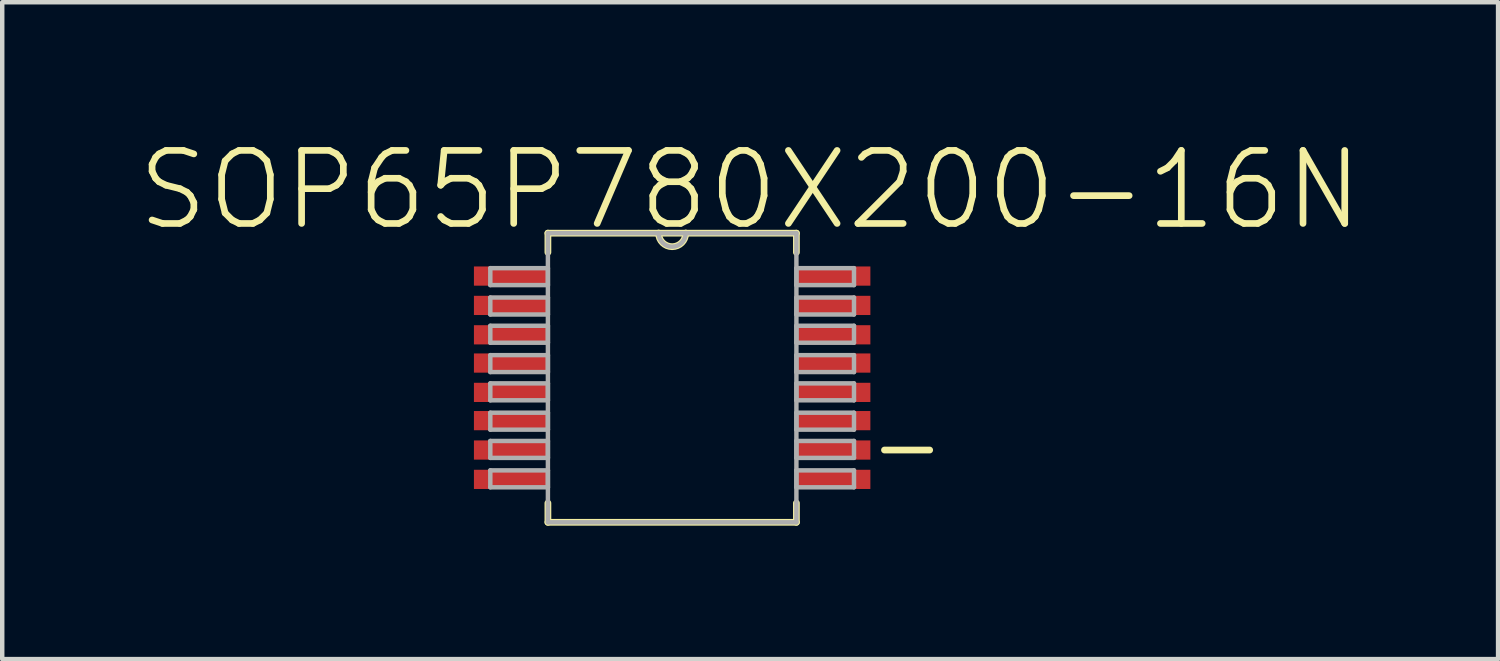
<source format=kicad_pcb>
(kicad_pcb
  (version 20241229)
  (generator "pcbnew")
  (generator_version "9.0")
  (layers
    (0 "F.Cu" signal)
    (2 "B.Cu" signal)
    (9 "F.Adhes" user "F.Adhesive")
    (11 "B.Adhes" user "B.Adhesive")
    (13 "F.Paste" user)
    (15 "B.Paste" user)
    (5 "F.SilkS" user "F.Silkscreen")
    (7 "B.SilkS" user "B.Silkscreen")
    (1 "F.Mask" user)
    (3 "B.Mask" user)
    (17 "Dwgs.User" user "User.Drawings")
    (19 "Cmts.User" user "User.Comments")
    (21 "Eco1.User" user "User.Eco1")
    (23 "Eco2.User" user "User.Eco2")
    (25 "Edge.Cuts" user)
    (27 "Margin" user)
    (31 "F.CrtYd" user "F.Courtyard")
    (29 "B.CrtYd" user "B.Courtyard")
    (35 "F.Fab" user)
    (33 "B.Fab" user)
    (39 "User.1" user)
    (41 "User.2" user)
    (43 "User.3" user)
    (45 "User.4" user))
  (footprint "SOP65P780X200-16N"
    (layer "F.Cu")
    (at 12.065 5.444)
    (property "Reference" "SOP65P780X200-16N" (at 1.754 -4.221 0) (layer "F.SilkS") (effects (font (size 1.642 1.642) (thickness 0.15))))
    (attr smd)
    (fp_line (start -2.794 -3.251) (end -2.794 -2.819) (stroke (width 0.152) (type solid)) (layer "F.SilkS"))
    (fp_line (start -2.794 2.819) (end -2.794 3.251) (stroke (width 0.152) (type solid)) (layer "F.SilkS"))
    (fp_line (start -2.794 3.251) (end 2.794 3.251) (stroke (width 0.152) (type solid)) (layer "F.SilkS"))
    (fp_line (start -0.305 -3.251) (end -2.794 -3.251) (stroke (width 0.152) (type solid)) (layer "F.SilkS"))
    (fp_line (start 0.305 -3.251) (end -0.305 -3.251) (stroke (width 0.152) (type solid)) (layer "F.SilkS"))
    (fp_line (start 2.794 -3.251) (end 0.305 -3.251) (stroke (width 0.152) (type solid)) (layer "F.SilkS"))
    (fp_line (start 2.794 -2.819) (end 2.794 -3.251) (stroke (width 0.152) (type solid)) (layer "F.SilkS"))
    (fp_line (start 2.794 3.251) (end 2.794 2.819) (stroke (width 0.152) (type solid)) (layer "F.SilkS"))
    (fp_line (start 4.775 1.626) (end 5.791 1.626) (stroke (width 0.152) (type solid)) (layer "F.SilkS"))
    (fp_arc (start 0.3048 -3.2512) (mid 0 -2.9464) (end -0.3048 -3.2512) (stroke (width 0.1524) (type solid)) (layer "F.SilkS"))
    (fp_line (start -4.089 -2.464) (end -4.089 -2.083) (stroke (width 0.1) (type solid)) (layer "F.Fab"))
    (fp_line (start -4.089 -2.083) (end -2.794 -2.083) (stroke (width 0.1) (type solid)) (layer "F.Fab"))
    (fp_line (start -4.089 -1.803) (end -4.089 -1.422) (stroke (width 0.1) (type solid)) (layer "F.Fab"))
    (fp_line (start -4.089 -1.422) (end -2.794 -1.422) (stroke (width 0.1) (type solid)) (layer "F.Fab"))
    (fp_line (start -4.089 -1.168) (end -4.089 -0.787) (stroke (width 0.1) (type solid)) (layer "F.Fab"))
    (fp_line (start -4.089 -0.787) (end -2.794 -0.787) (stroke (width 0.1) (type solid)) (layer "F.Fab"))
    (fp_line (start -4.089 -0.508) (end -4.089 -0.127) (stroke (width 0.1) (type solid)) (layer "F.Fab"))
    (fp_line (start -4.089 -0.127) (end -2.794 -0.127) (stroke (width 0.1) (type solid)) (layer "F.Fab"))
    (fp_line (start -4.089 0.127) (end -4.089 0.508) (stroke (width 0.1) (type solid)) (layer "F.Fab"))
    (fp_line (start -4.089 0.508) (end -2.794 0.508) (stroke (width 0.1) (type solid)) (layer "F.Fab"))
    (fp_line (start -4.089 0.787) (end -4.089 1.168) (stroke (width 0.1) (type solid)) (layer "F.Fab"))
    (fp_line (start -4.089 1.168) (end -2.794 1.168) (stroke (width 0.1) (type solid)) (layer "F.Fab"))
    (fp_line (start -4.089 1.422) (end -4.089 1.803) (stroke (width 0.1) (type solid)) (layer "F.Fab"))
    (fp_line (start -4.089 1.803) (end -2.794 1.803) (stroke (width 0.1) (type solid)) (layer "F.Fab"))
    (fp_line (start -4.089 2.083) (end -4.089 2.464) (stroke (width 0.1) (type solid)) (layer "F.Fab"))
    (fp_line (start -4.089 2.464) (end -2.794 2.464) (stroke (width 0.1) (type solid)) (layer "F.Fab"))
    (fp_line (start -2.794 -3.251) (end -2.794 3.251) (stroke (width 0.1) (type solid)) (layer "F.Fab"))
    (fp_line (start -2.794 -2.464) (end -4.089 -2.464) (stroke (width 0.1) (type solid)) (layer "F.Fab"))
    (fp_line (start -2.794 -2.083) (end -2.794 -2.464) (stroke (width 0.1) (type solid)) (layer "F.Fab"))
    (fp_line (start -2.794 -1.803) (end -4.089 -1.803) (stroke (width 0.1) (type solid)) (layer "F.Fab"))
    (fp_line (start -2.794 -1.422) (end -2.794 -1.803) (stroke (width 0.1) (type solid)) (layer "F.Fab"))
    (fp_line (start -2.794 -1.168) (end -4.089 -1.168) (stroke (width 0.1) (type solid)) (layer "F.Fab"))
    (fp_line (start -2.794 -0.787) (end -2.794 -1.168) (stroke (width 0.1) (type solid)) (layer "F.Fab"))
    (fp_line (start -2.794 -0.508) (end -4.089 -0.508) (stroke (width 0.1) (type solid)) (layer "F.Fab"))
    (fp_line (start -2.794 -0.127) (end -2.794 -0.508) (stroke (width 0.1) (type solid)) (layer "F.Fab"))
    (fp_line (start -2.794 0.127) (end -4.089 0.127) (stroke (width 0.1) (type solid)) (layer "F.Fab"))
    (fp_line (start -2.794 0.508) (end -2.794 0.127) (stroke (width 0.1) (type solid)) (layer "F.Fab"))
    (fp_line (start -2.794 0.787) (end -4.089 0.787) (stroke (width 0.1) (type solid)) (layer "F.Fab"))
    (fp_line (start -2.794 1.168) (end -2.794 0.787) (stroke (width 0.1) (type solid)) (layer "F.Fab"))
    (fp_line (start -2.794 1.422) (end -4.089 1.422) (stroke (width 0.1) (type solid)) (layer "F.Fab"))
    (fp_line (start -2.794 1.803) (end -2.794 1.422) (stroke (width 0.1) (type solid)) (layer "F.Fab"))
    (fp_line (start -2.794 2.083) (end -4.089 2.083) (stroke (width 0.1) (type solid)) (layer "F.Fab"))
    (fp_line (start -2.794 2.464) (end -2.794 2.083) (stroke (width 0.1) (type solid)) (layer "F.Fab"))
    (fp_line (start -2.794 3.251) (end 2.794 3.251) (stroke (width 0.1) (type solid)) (layer "F.Fab"))
    (fp_line (start -0.305 -3.251) (end -2.794 -3.251) (stroke (width 0.1) (type solid)) (layer "F.Fab"))
    (fp_line (start 0.305 -3.251) (end -0.305 -3.251) (stroke (width 0.1) (type solid)) (layer "F.Fab"))
    (fp_line (start 2.794 -3.251) (end 0.305 -3.251) (stroke (width 0.1) (type solid)) (layer "F.Fab"))
    (fp_line (start 2.794 -2.464) (end 2.794 -2.083) (stroke (width 0.1) (type solid)) (layer "F.Fab"))
    (fp_line (start 2.794 -2.083) (end 4.089 -2.083) (stroke (width 0.1) (type solid)) (layer "F.Fab"))
    (fp_line (start 2.794 -1.803) (end 2.794 -1.422) (stroke (width 0.1) (type solid)) (layer "F.Fab"))
    (fp_line (start 2.794 -1.422) (end 4.089 -1.422) (stroke (width 0.1) (type solid)) (layer "F.Fab"))
    (fp_line (start 2.794 -1.168) (end 2.794 -0.787) (stroke (width 0.1) (type solid)) (layer "F.Fab"))
    (fp_line (start 2.794 -0.787) (end 4.089 -0.787) (stroke (width 0.1) (type solid)) (layer "F.Fab"))
    (fp_line (start 2.794 -0.508) (end 2.794 -0.127) (stroke (width 0.1) (type solid)) (layer "F.Fab"))
    (fp_line (start 2.794 -0.127) (end 4.089 -0.127) (stroke (width 0.1) (type solid)) (layer "F.Fab"))
    (fp_line (start 2.794 0.127) (end 2.794 0.508) (stroke (width 0.1) (type solid)) (layer "F.Fab"))
    (fp_line (start 2.794 0.508) (end 4.089 0.508) (stroke (width 0.1) (type solid)) (layer "F.Fab"))
    (fp_line (start 2.794 0.787) (end 2.794 1.168) (stroke (width 0.1) (type solid)) (layer "F.Fab"))
    (fp_line (start 2.794 1.168) (end 4.089 1.168) (stroke (width 0.1) (type solid)) (layer "F.Fab"))
    (fp_line (start 2.794 1.422) (end 2.794 1.803) (stroke (width 0.1) (type solid)) (layer "F.Fab"))
    (fp_line (start 2.794 1.803) (end 4.089 1.803) (stroke (width 0.1) (type solid)) (layer "F.Fab"))
    (fp_line (start 2.794 2.083) (end 2.794 2.464) (stroke (width 0.1) (type solid)) (layer "F.Fab"))
    (fp_line (start 2.794 2.464) (end 4.089 2.464) (stroke (width 0.1) (type solid)) (layer "F.Fab"))
    (fp_line (start 2.794 3.251) (end 2.794 -3.251) (stroke (width 0.1) (type solid)) (layer "F.Fab"))
    (fp_line (start 4.089 -2.464) (end 2.794 -2.464) (stroke (width 0.1) (type solid)) (layer "F.Fab"))
    (fp_line (start 4.089 -2.083) (end 4.089 -2.464) (stroke (width 0.1) (type solid)) (layer "F.Fab"))
    (fp_line (start 4.089 -1.803) (end 2.794 -1.803) (stroke (width 0.1) (type solid)) (layer "F.Fab"))
    (fp_line (start 4.089 -1.422) (end 4.089 -1.803) (stroke (width 0.1) (type solid)) (layer "F.Fab"))
    (fp_line (start 4.089 -1.168) (end 2.794 -1.168) (stroke (width 0.1) (type solid)) (layer "F.Fab"))
    (fp_line (start 4.089 -0.787) (end 4.089 -1.168) (stroke (width 0.1) (type solid)) (layer "F.Fab"))
    (fp_line (start 4.089 -0.508) (end 2.794 -0.508) (stroke (width 0.1) (type solid)) (layer "F.Fab"))
    (fp_line (start 4.089 -0.127) (end 4.089 -0.508) (stroke (width 0.1) (type solid)) (layer "F.Fab"))
    (fp_line (start 4.089 0.127) (end 2.794 0.127) (stroke (width 0.1) (type solid)) (layer "F.Fab"))
    (fp_line (start 4.089 0.508) (end 4.089 0.127) (stroke (width 0.1) (type solid)) (layer "F.Fab"))
    (fp_line (start 4.089 0.787) (end 2.794 0.787) (stroke (width 0.1) (type solid)) (layer "F.Fab"))
    (fp_line (start 4.089 1.168) (end 4.089 0.787) (stroke (width 0.1) (type solid)) (layer "F.Fab"))
    (fp_line (start 4.089 1.422) (end 2.794 1.422) (stroke (width 0.1) (type solid)) (layer "F.Fab"))
    (fp_line (start 4.089 1.803) (end 4.089 1.422) (stroke (width 0.1) (type solid)) (layer "F.Fab"))
    (fp_line (start 4.089 2.083) (end 2.794 2.083) (stroke (width 0.1) (type solid)) (layer "F.Fab"))
    (fp_line (start 4.089 2.464) (end 4.089 2.083) (stroke (width 0.1) (type solid)) (layer "F.Fab"))
    (fp_arc (start 0.3048 -3.2512) (mid 0 -2.9464) (end -0.3048 -3.2512) (stroke (width 0.1) (type solid)) (layer "F.Fab"))
    (pad "1" smd rect (at -3.632 -2.286) (size 1.651 0.432) (layers "F.Cu" "F.Mask" "F.Paste"))
    (pad "2" smd rect (at -3.632 -1.626) (size 1.651 0.432) (layers "F.Cu" "F.Mask" "F.Paste"))
    (pad "3" smd rect (at -3.632 -0.965) (size 1.651 0.432) (layers "F.Cu" "F.Mask" "F.Paste"))
    (pad "4" smd rect (at -3.632 -0.33) (size 1.651 0.432) (layers "F.Cu" "F.Mask" "F.Paste"))
    (pad "5" smd rect (at -3.632 0.33) (size 1.651 0.432) (layers "F.Cu" "F.Mask" "F.Paste"))
    (pad "6" smd rect (at -3.632 0.965) (size 1.651 0.432) (layers "F.Cu" "F.Mask" "F.Paste"))
    (pad "7" smd rect (at -3.632 1.626) (size 1.651 0.432) (layers "F.Cu" "F.Mask" "F.Paste"))
    (pad "8" smd rect (at -3.632 2.286) (size 1.651 0.432) (layers "F.Cu" "F.Mask" "F.Paste"))
    (pad "9" smd rect (at 3.632 2.286) (size 1.651 0.432) (layers "F.Cu" "F.Mask" "F.Paste"))
    (pad "10" smd rect (at 3.632 1.626) (size 1.651 0.432) (layers "F.Cu" "F.Mask" "F.Paste"))
    (pad "11" smd rect (at 3.632 0.965) (size 1.651 0.432) (layers "F.Cu" "F.Mask" "F.Paste"))
    (pad "12" smd rect (at 3.632 0.33) (size 1.651 0.432) (layers "F.Cu" "F.Mask" "F.Paste"))
    (pad "13" smd rect (at 3.632 -0.33) (size 1.651 0.432) (layers "F.Cu" "F.Mask" "F.Paste"))
    (pad "14" smd rect (at 3.632 -0.965) (size 1.651 0.432) (layers "F.Cu" "F.Mask" "F.Paste"))
    (pad "15" smd rect (at 3.632 -1.626) (size 1.651 0.432) (layers "F.Cu" "F.Mask" "F.Paste"))
    (pad "16" smd rect (at 3.632 -2.286) (size 1.651 0.432) (layers "F.Cu" "F.Mask" "F.Paste")))
  (gr_rect
    (start -3 -3)
    (end 30.638 11.772)
    (stroke (width 0.1) (type default))
    (fill no)
    (layer "Edge.Cuts")))
</source>
